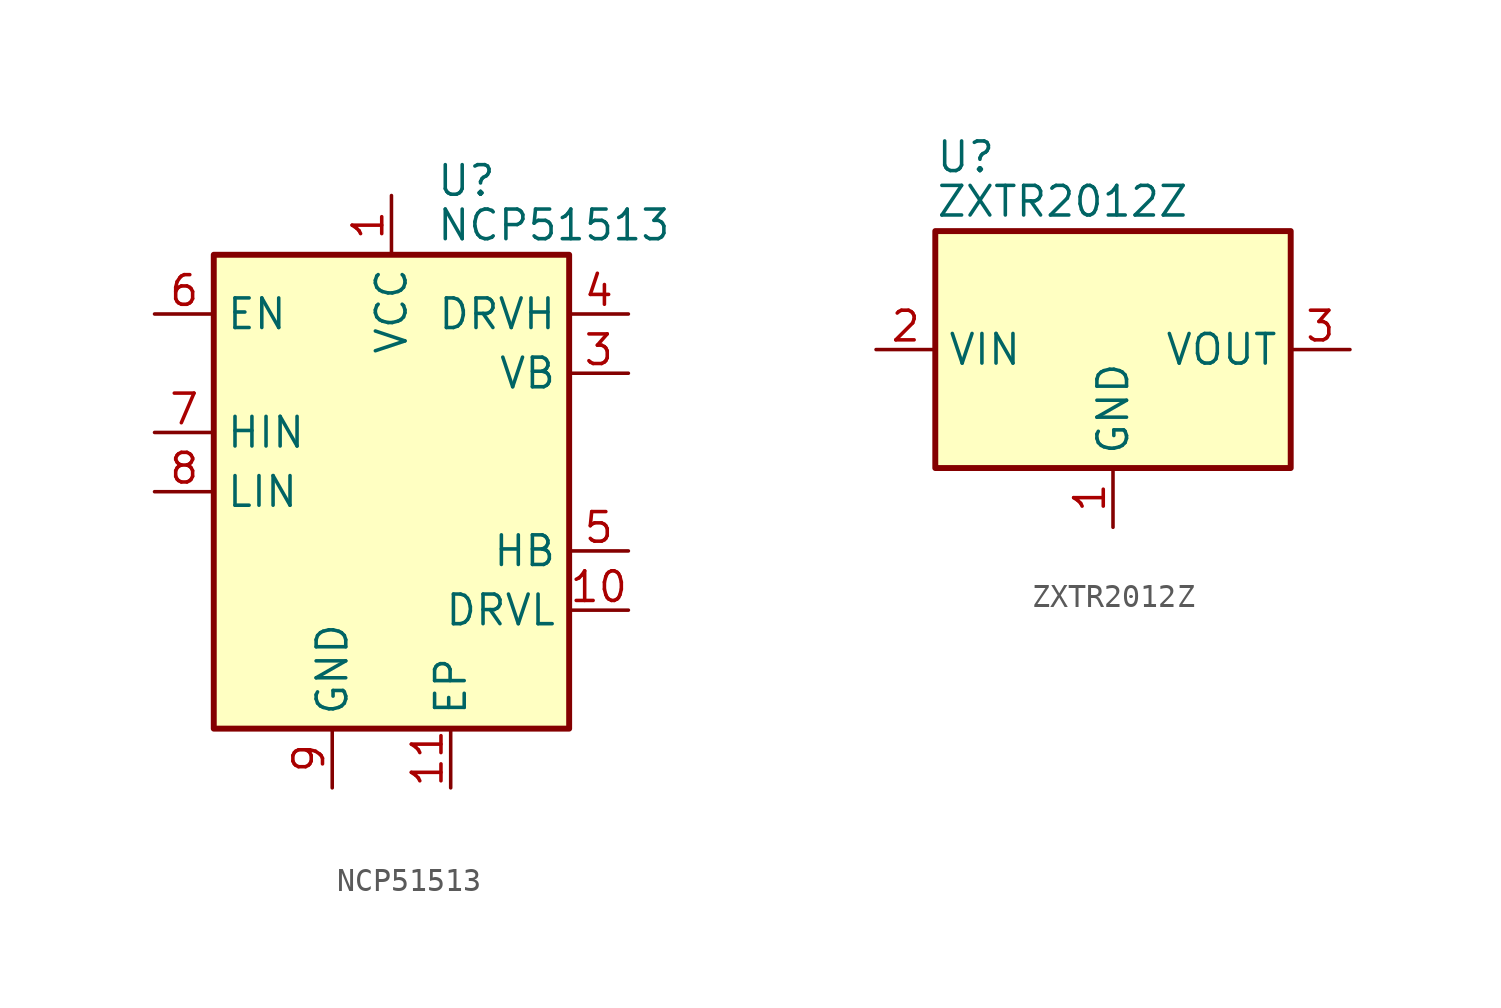
<source format=kicad_sym>
(kicad_symbol_lib
  (version 20241209)
  (generator "kicad_symbol_editor")
  (generator_version "9.0")
  (symbol "NCP51513"
    (property "Reference" "U"
      (at 1.905 13.335 0)
      (effects (font (size 1.27 1.27)) (justify left)))
    (property "Value" "NCP51513"
      (at 1.905 11.43 0)
      (effects (font (size 1.27 1.27)) (justify left)))
    (symbol "NCP51513_1_1"
      (rectangle (start -7.62 10.16) (end 7.62 -10.16) (stroke (width 0.254) (type solid)) (fill (type background)))
      (pin input line (at -10.16 7.62 0) (length 2.54) (name "EN" (effects (font (size 1.27 1.27)))) (number "6" (effects (font (size 1.27 1.27)))))
      (pin input line (at -10.16 2.54 0) (length 2.54) (name "HIN" (effects (font (size 1.27 1.27)))) (number "7" (effects (font (size 1.27 1.27)))))
      (pin input line (at -10.16 0 0) (length 2.54) (name "LIN" (effects (font (size 1.27 1.27)))) (number "8" (effects (font (size 1.27 1.27)))))
      (pin no_connect line (at -7.62 -2.54 0) (length 2.54) (hide yes) (name "NC" (effects (font (size 1.27 1.27)))) (number "2" (effects (font (size 1.27 1.27)))))
      (pin power_in line (at -2.54 -12.7 90) (length 2.54) (name "GND" (effects (font (size 1.27 1.27)))) (number "9" (effects (font (size 1.27 1.27)))))
      (pin power_in line (at 0 12.7 270) (length 2.54) (name "VCC" (effects (font (size 1.27 1.27)))) (number "1" (effects (font (size 1.27 1.27)))))
      (pin power_in line (at 2.54 -12.7 90) (length 2.54) (name "EP" (effects (font (size 1.27 1.27)))) (number "11" (effects (font (size 1.27 1.27)))))
      (pin output line (at 10.16 7.62 180) (length 2.54) (name "DRVH" (effects (font (size 1.27 1.27)))) (number "4" (effects (font (size 1.27 1.27)))))
      (pin input line (at 10.16 5.08 180) (length 2.54) (name "VB" (effects (font (size 1.27 1.27)))) (number "3" (effects (font (size 1.27 1.27)))))
      (pin input line (at 10.16 -2.54 180) (length 2.54) (name "HB" (effects (font (size 1.27 1.27)))) (number "5" (effects (font (size 1.27 1.27)))))
      (pin output line (at 10.16 -5.08 180) (length 2.54) (name "DRVL" (effects (font (size 1.27 1.27)))) (number "10" (effects (font (size 1.27 1.27)))))))
  (symbol "ZXTR2012Z"
    (property "Reference" "U"
      (at -7.62 8.255 0)
      (effects (font (size 1.27 1.27)) (justify left)))
    (property "Value" "ZXTR2012Z"
      (at -7.62 6.35 0)
      (effects (font (size 1.27 1.27)) (justify left)))
    (symbol "ZXTR2012Z_1_1"
      (rectangle (start -7.62 5.08) (end 7.62 -5.08) (stroke (width 0.254) (type solid)) (fill (type background)))
      (pin power_in line (at -10.16 0 0) (length 2.54) (name "VIN" (effects (font (size 1.27 1.27)))) (number "2" (effects (font (size 1.27 1.27)))))
      (pin power_in line (at 0 -7.62 90) (length 2.54) (name "GND" (effects (font (size 1.27 1.27)))) (number "1" (effects (font (size 1.27 1.27)))))
      (pin power_out line (at 10.16 0 180) (length 2.54) (name "VOUT" (effects (font (size 1.27 1.27)))) (number "3" (effects (font (size 1.27 1.27))))))))
</source>
